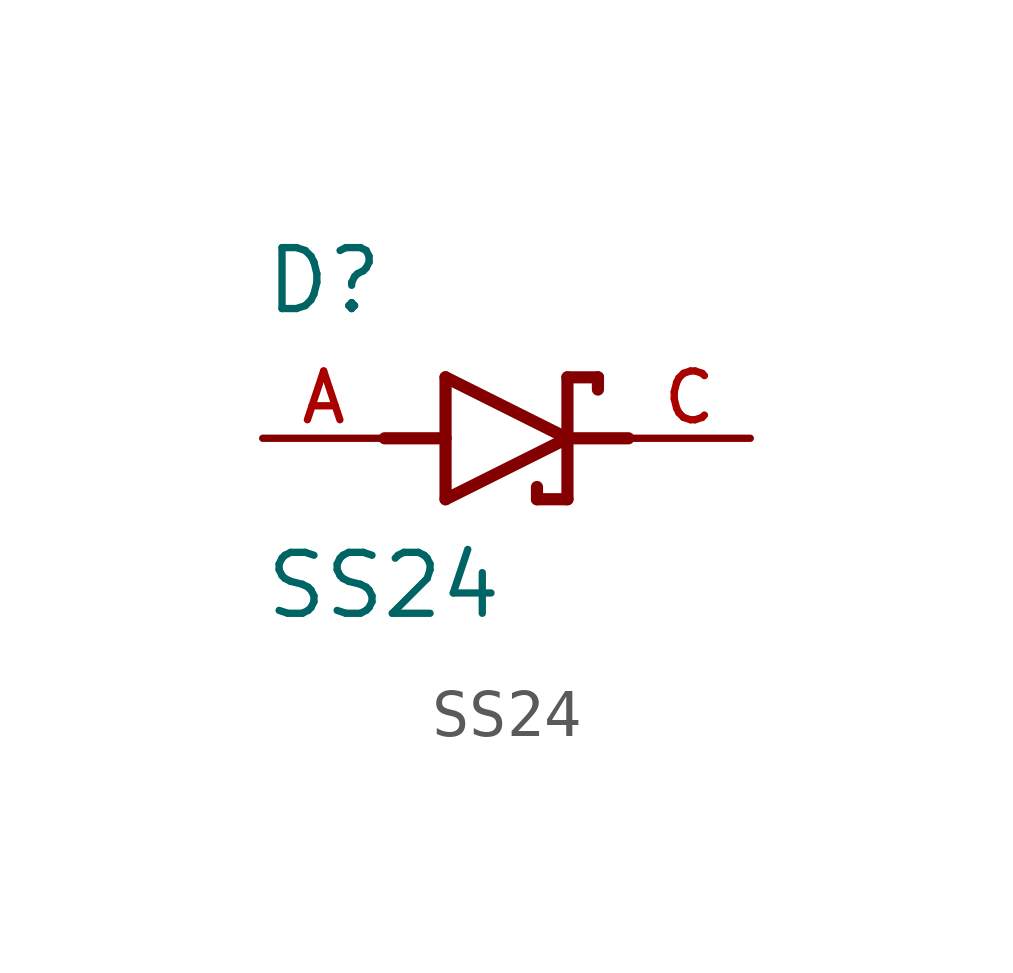
<source format=kicad_sym>
(kicad_symbol_lib
  (version 20211014)
  (generator kicad_symbol_editor)
  (symbol "SS24"
    (pin_names
      (offset 1.016))
    (property "Reference" "D"
      (at -5.08 2.54 0)
      (effects (font (size 1.27 1.27)) (justify bottom left)))
    (property "Value" "SS24"
      (at -5.08 -3.81 0)
      (effects (font (size 1.27 1.27)) (justify bottom left)))
    (symbol "SS24_0_0"
      (polyline (pts (xy -1.27 -1.27) (xy 1.27 0.0)) (stroke (width 0.254)))
      (polyline (pts (xy 1.27 0.0) (xy -1.27 1.27)) (stroke (width 0.254)))
      (polyline (pts (xy 1.905 1.27) (xy 1.27 1.27)) (stroke (width 0.254)))
      (polyline (pts (xy -1.27 1.27) (xy -1.27 -1.27)) (stroke (width 0.254)))
      (polyline (pts (xy 1.27 1.27) (xy 1.27 -1.27)) (stroke (width 0.254)))
      (polyline (pts (xy 1.905 1.27) (xy 1.905 1.016)) (stroke (width 0.254)))
      (polyline (pts (xy 1.27 -1.27) (xy 0.635 -1.27)) (stroke (width 0.254)))
      (polyline (pts (xy 0.635 -1.016) (xy 0.635 -1.27)) (stroke (width 0.254)))
      (polyline (pts (xy -2.54 0.0) (xy -1.27 0.0)) (stroke (width 0.254)))
      (polyline (pts (xy 2.54 0.0) (xy 1.27 0.0)) (stroke (width 0.254)))
      (pin passive line (at 5.08 0.0 180.0) (length 2.54) (name "~" (effects (font (size 1.016 1.016)))) (number "C" (effects (font (size 1.016 1.016)))))
      (pin passive line (at -5.08 0.0 0) (length 2.54) (name "~" (effects (font (size 1.016 1.016)))) (number "A" (effects (font (size 1.016 1.016))))))))
</source>
